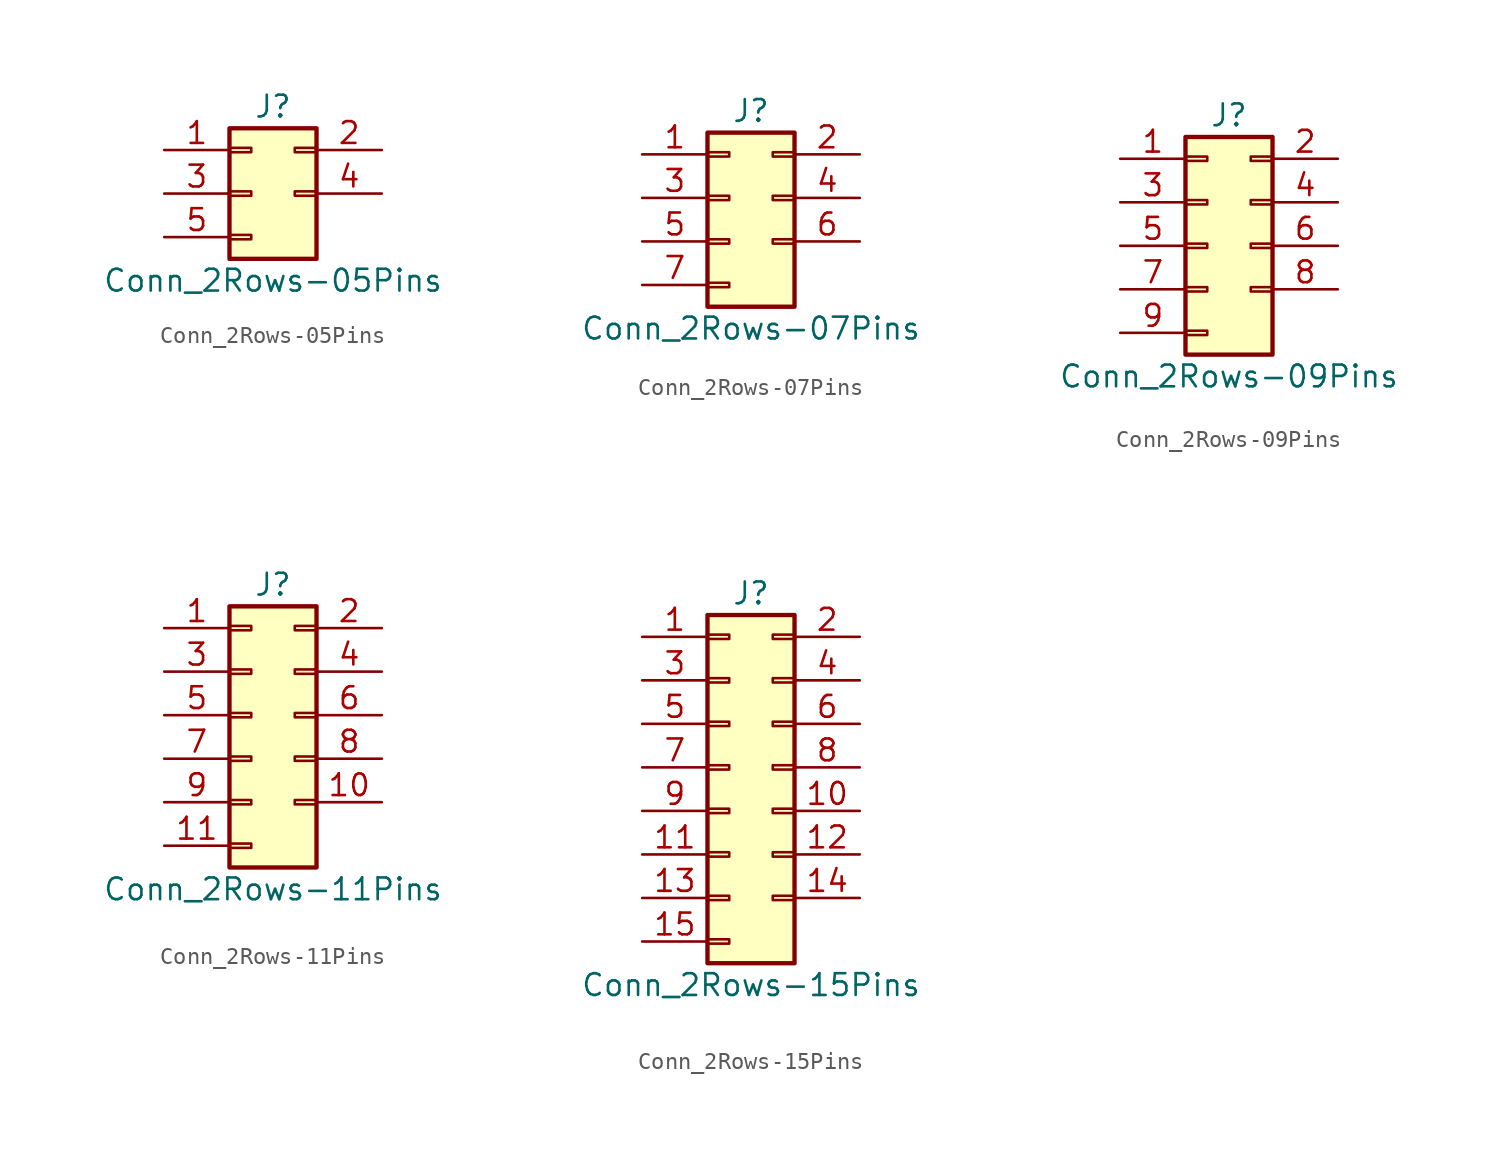
<source format=kicad_sym>
(kicad_symbol_lib
  (version 20220914)
  (generator kicad_symbol_editor)
  (symbol "Conn_2Rows-05Pins"
    (pin_names
      (offset 1.016) hide)
    (property "Reference" "J"
      (at 1.27 5.08 0)
      (effects (font (size 1.27 1.27))))
    (property "Value" "Conn_2Rows-05Pins"
      (at 1.27 -5.08 0)
      (effects (font (size 1.27 1.27))))
    (symbol "Conn_2Rows-05Pins_1_1"
      (rectangle (start -1.27 -2.413) (end 0 -2.667) (stroke (width 0.152) (type default)) (fill (type none)))
      (rectangle (start -1.27 0.127) (end 0 -0.127) (stroke (width 0.152) (type default)) (fill (type none)))
      (rectangle (start -1.27 2.667) (end 0 2.413) (stroke (width 0.152) (type default)) (fill (type none)))
      (rectangle (start -1.27 3.81) (end 3.81 -3.81) (stroke (width 0.254) (type default)) (fill (type background)))
      (rectangle (start 3.81 0.127) (end 2.54 -0.127) (stroke (width 0.152) (type default)) (fill (type none)))
      (rectangle (start 3.81 2.667) (end 2.54 2.413) (stroke (width 0.152) (type default)) (fill (type none)))
      (pin passive line (at -5.08 2.54 0) (length 3.81) (name "Pin_1" (effects (font (size 1.27 1.27)))) (number "1" (effects (font (size 1.27 1.27)))))
      (pin passive line (at 7.62 2.54 180) (length 3.81) (name "Pin_2" (effects (font (size 1.27 1.27)))) (number "2" (effects (font (size 1.27 1.27)))))
      (pin passive line (at -5.08 0 0) (length 3.81) (name "Pin_3" (effects (font (size 1.27 1.27)))) (number "3" (effects (font (size 1.27 1.27)))))
      (pin passive line (at 7.62 0 180) (length 3.81) (name "Pin_4" (effects (font (size 1.27 1.27)))) (number "4" (effects (font (size 1.27 1.27)))))
      (pin passive line (at -5.08 -2.54 0) (length 3.81) (name "Pin_5" (effects (font (size 1.27 1.27)))) (number "5" (effects (font (size 1.27 1.27)))))))
  (symbol "Conn_2Rows-07Pins"
    (pin_names
      (offset 1.016) hide)
    (property "Reference" "J"
      (at 1.27 5.08 0)
      (effects (font (size 1.27 1.27))))
    (property "Value" "Conn_2Rows-07Pins"
      (at 1.27 -7.62 0)
      (effects (font (size 1.27 1.27))))
    (symbol "Conn_2Rows-07Pins_1_1"
      (rectangle (start -1.27 -4.953) (end 0 -5.207) (stroke (width 0.152) (type default)) (fill (type none)))
      (rectangle (start -1.27 -2.413) (end 0 -2.667) (stroke (width 0.152) (type default)) (fill (type none)))
      (rectangle (start -1.27 0.127) (end 0 -0.127) (stroke (width 0.152) (type default)) (fill (type none)))
      (rectangle (start -1.27 2.667) (end 0 2.413) (stroke (width 0.152) (type default)) (fill (type none)))
      (rectangle (start -1.27 3.81) (end 3.81 -6.35) (stroke (width 0.254) (type default)) (fill (type background)))
      (rectangle (start 3.81 -2.413) (end 2.54 -2.667) (stroke (width 0.152) (type default)) (fill (type none)))
      (rectangle (start 3.81 0.127) (end 2.54 -0.127) (stroke (width 0.152) (type default)) (fill (type none)))
      (rectangle (start 3.81 2.667) (end 2.54 2.413) (stroke (width 0.152) (type default)) (fill (type none)))
      (pin passive line (at -5.08 2.54 0) (length 3.81) (name "Pin_1" (effects (font (size 1.27 1.27)))) (number "1" (effects (font (size 1.27 1.27)))))
      (pin passive line (at 7.62 2.54 180) (length 3.81) (name "Pin_2" (effects (font (size 1.27 1.27)))) (number "2" (effects (font (size 1.27 1.27)))))
      (pin passive line (at -5.08 0 0) (length 3.81) (name "Pin_3" (effects (font (size 1.27 1.27)))) (number "3" (effects (font (size 1.27 1.27)))))
      (pin passive line (at 7.62 0 180) (length 3.81) (name "Pin_4" (effects (font (size 1.27 1.27)))) (number "4" (effects (font (size 1.27 1.27)))))
      (pin passive line (at -5.08 -2.54 0) (length 3.81) (name "Pin_5" (effects (font (size 1.27 1.27)))) (number "5" (effects (font (size 1.27 1.27)))))
      (pin passive line (at 7.62 -2.54 180) (length 3.81) (name "Pin_6" (effects (font (size 1.27 1.27)))) (number "6" (effects (font (size 1.27 1.27)))))
      (pin passive line (at -5.08 -5.08 0) (length 3.81) (name "Pin_7" (effects (font (size 1.27 1.27)))) (number "7" (effects (font (size 1.27 1.27)))))))
  (symbol "Conn_2Rows-09Pins"
    (pin_names
      (offset 1.016) hide)
    (property "Reference" "J"
      (at 1.27 7.62 0)
      (effects (font (size 1.27 1.27))))
    (property "Value" "Conn_2Rows-09Pins"
      (at 1.27 -7.62 0)
      (effects (font (size 1.27 1.27))))
    (symbol "Conn_2Rows-09Pins_1_1"
      (rectangle (start -1.27 -4.953) (end 0 -5.207) (stroke (width 0.152) (type default)) (fill (type none)))
      (rectangle (start -1.27 -2.413) (end 0 -2.667) (stroke (width 0.152) (type default)) (fill (type none)))
      (rectangle (start -1.27 0.127) (end 0 -0.127) (stroke (width 0.152) (type default)) (fill (type none)))
      (rectangle (start -1.27 2.667) (end 0 2.413) (stroke (width 0.152) (type default)) (fill (type none)))
      (rectangle (start -1.27 5.207) (end 0 4.953) (stroke (width 0.152) (type default)) (fill (type none)))
      (rectangle (start -1.27 6.35) (end 3.81 -6.35) (stroke (width 0.254) (type default)) (fill (type background)))
      (rectangle (start 3.81 -2.413) (end 2.54 -2.667) (stroke (width 0.152) (type default)) (fill (type none)))
      (rectangle (start 3.81 0.127) (end 2.54 -0.127) (stroke (width 0.152) (type default)) (fill (type none)))
      (rectangle (start 3.81 2.667) (end 2.54 2.413) (stroke (width 0.152) (type default)) (fill (type none)))
      (rectangle (start 3.81 5.207) (end 2.54 4.953) (stroke (width 0.152) (type default)) (fill (type none)))
      (pin passive line (at -5.08 5.08 0) (length 3.81) (name "Pin_1" (effects (font (size 1.27 1.27)))) (number "1" (effects (font (size 1.27 1.27)))))
      (pin passive line (at 7.62 5.08 180) (length 3.81) (name "Pin_2" (effects (font (size 1.27 1.27)))) (number "2" (effects (font (size 1.27 1.27)))))
      (pin passive line (at -5.08 2.54 0) (length 3.81) (name "Pin_3" (effects (font (size 1.27 1.27)))) (number "3" (effects (font (size 1.27 1.27)))))
      (pin passive line (at 7.62 2.54 180) (length 3.81) (name "Pin_4" (effects (font (size 1.27 1.27)))) (number "4" (effects (font (size 1.27 1.27)))))
      (pin passive line (at -5.08 0 0) (length 3.81) (name "Pin_5" (effects (font (size 1.27 1.27)))) (number "5" (effects (font (size 1.27 1.27)))))
      (pin passive line (at 7.62 0 180) (length 3.81) (name "Pin_6" (effects (font (size 1.27 1.27)))) (number "6" (effects (font (size 1.27 1.27)))))
      (pin passive line (at -5.08 -2.54 0) (length 3.81) (name "Pin_7" (effects (font (size 1.27 1.27)))) (number "7" (effects (font (size 1.27 1.27)))))
      (pin passive line (at 7.62 -2.54 180) (length 3.81) (name "Pin_8" (effects (font (size 1.27 1.27)))) (number "8" (effects (font (size 1.27 1.27)))))
      (pin passive line (at -5.08 -5.08 0) (length 3.81) (name "Pin_9" (effects (font (size 1.27 1.27)))) (number "9" (effects (font (size 1.27 1.27)))))))
  (symbol "Conn_2Rows-11Pins"
    (pin_names
      (offset 1.016) hide)
    (property "Reference" "J"
      (at 1.27 7.62 0)
      (effects (font (size 1.27 1.27))))
    (property "Value" "Conn_2Rows-11Pins"
      (at 1.27 -10.16 0)
      (effects (font (size 1.27 1.27))))
    (symbol "Conn_2Rows-11Pins_1_1"
      (rectangle (start -1.27 -7.493) (end 0 -7.747) (stroke (width 0.152) (type default)) (fill (type none)))
      (rectangle (start -1.27 -4.953) (end 0 -5.207) (stroke (width 0.152) (type default)) (fill (type none)))
      (rectangle (start -1.27 -2.413) (end 0 -2.667) (stroke (width 0.152) (type default)) (fill (type none)))
      (rectangle (start -1.27 0.127) (end 0 -0.127) (stroke (width 0.152) (type default)) (fill (type none)))
      (rectangle (start -1.27 2.667) (end 0 2.413) (stroke (width 0.152) (type default)) (fill (type none)))
      (rectangle (start -1.27 5.207) (end 0 4.953) (stroke (width 0.152) (type default)) (fill (type none)))
      (rectangle (start -1.27 6.35) (end 3.81 -8.89) (stroke (width 0.254) (type default)) (fill (type background)))
      (rectangle (start 3.81 -4.953) (end 2.54 -5.207) (stroke (width 0.152) (type default)) (fill (type none)))
      (rectangle (start 3.81 -2.413) (end 2.54 -2.667) (stroke (width 0.152) (type default)) (fill (type none)))
      (rectangle (start 3.81 0.127) (end 2.54 -0.127) (stroke (width 0.152) (type default)) (fill (type none)))
      (rectangle (start 3.81 2.667) (end 2.54 2.413) (stroke (width 0.152) (type default)) (fill (type none)))
      (rectangle (start 3.81 5.207) (end 2.54 4.953) (stroke (width 0.152) (type default)) (fill (type none)))
      (pin passive line (at -5.08 5.08 0) (length 3.81) (name "Pin_1" (effects (font (size 1.27 1.27)))) (number "1" (effects (font (size 1.27 1.27)))))
      (pin passive line (at 7.62 -5.08 180) (length 3.81) (name "Pin_10" (effects (font (size 1.27 1.27)))) (number "10" (effects (font (size 1.27 1.27)))))
      (pin passive line (at -5.08 -7.62 0) (length 3.81) (name "Pin_11" (effects (font (size 1.27 1.27)))) (number "11" (effects (font (size 1.27 1.27)))))
      (pin passive line (at 7.62 5.08 180) (length 3.81) (name "Pin_2" (effects (font (size 1.27 1.27)))) (number "2" (effects (font (size 1.27 1.27)))))
      (pin passive line (at -5.08 2.54 0) (length 3.81) (name "Pin_3" (effects (font (size 1.27 1.27)))) (number "3" (effects (font (size 1.27 1.27)))))
      (pin passive line (at 7.62 2.54 180) (length 3.81) (name "Pin_4" (effects (font (size 1.27 1.27)))) (number "4" (effects (font (size 1.27 1.27)))))
      (pin passive line (at -5.08 0 0) (length 3.81) (name "Pin_5" (effects (font (size 1.27 1.27)))) (number "5" (effects (font (size 1.27 1.27)))))
      (pin passive line (at 7.62 0 180) (length 3.81) (name "Pin_6" (effects (font (size 1.27 1.27)))) (number "6" (effects (font (size 1.27 1.27)))))
      (pin passive line (at -5.08 -2.54 0) (length 3.81) (name "Pin_7" (effects (font (size 1.27 1.27)))) (number "7" (effects (font (size 1.27 1.27)))))
      (pin passive line (at 7.62 -2.54 180) (length 3.81) (name "Pin_8" (effects (font (size 1.27 1.27)))) (number "8" (effects (font (size 1.27 1.27)))))
      (pin passive line (at -5.08 -5.08 0) (length 3.81) (name "Pin_9" (effects (font (size 1.27 1.27)))) (number "9" (effects (font (size 1.27 1.27)))))))
  (symbol "Conn_2Rows-15Pins"
    (pin_names
      (offset 1.016) hide)
    (property "Reference" "J"
      (at 1.27 10.16 0)
      (effects (font (size 1.27 1.27))))
    (property "Value" "Conn_2Rows-15Pins"
      (at 1.27 -12.7 0)
      (effects (font (size 1.27 1.27))))
    (symbol "Conn_2Rows-15Pins_1_1"
      (rectangle (start -1.27 -10.033) (end 0 -10.287) (stroke (width 0.152) (type default)) (fill (type none)))
      (rectangle (start -1.27 -7.493) (end 0 -7.747) (stroke (width 0.152) (type default)) (fill (type none)))
      (rectangle (start -1.27 -4.953) (end 0 -5.207) (stroke (width 0.152) (type default)) (fill (type none)))
      (rectangle (start -1.27 -2.413) (end 0 -2.667) (stroke (width 0.152) (type default)) (fill (type none)))
      (rectangle (start -1.27 0.127) (end 0 -0.127) (stroke (width 0.152) (type default)) (fill (type none)))
      (rectangle (start -1.27 2.667) (end 0 2.413) (stroke (width 0.152) (type default)) (fill (type none)))
      (rectangle (start -1.27 5.207) (end 0 4.953) (stroke (width 0.152) (type default)) (fill (type none)))
      (rectangle (start -1.27 7.747) (end 0 7.493) (stroke (width 0.152) (type default)) (fill (type none)))
      (rectangle (start -1.27 8.89) (end 3.81 -11.43) (stroke (width 0.254) (type default)) (fill (type background)))
      (rectangle (start 3.81 -7.493) (end 2.54 -7.747) (stroke (width 0.152) (type default)) (fill (type none)))
      (rectangle (start 3.81 -4.953) (end 2.54 -5.207) (stroke (width 0.152) (type default)) (fill (type none)))
      (rectangle (start 3.81 -2.413) (end 2.54 -2.667) (stroke (width 0.152) (type default)) (fill (type none)))
      (rectangle (start 3.81 0.127) (end 2.54 -0.127) (stroke (width 0.152) (type default)) (fill (type none)))
      (rectangle (start 3.81 2.667) (end 2.54 2.413) (stroke (width 0.152) (type default)) (fill (type none)))
      (rectangle (start 3.81 5.207) (end 2.54 4.953) (stroke (width 0.152) (type default)) (fill (type none)))
      (rectangle (start 3.81 7.747) (end 2.54 7.493) (stroke (width 0.152) (type default)) (fill (type none)))
      (pin passive line (at -5.08 7.62 0) (length 3.81) (name "Pin_1" (effects (font (size 1.27 1.27)))) (number "1" (effects (font (size 1.27 1.27)))))
      (pin passive line (at 7.62 -2.54 180) (length 3.81) (name "Pin_10" (effects (font (size 1.27 1.27)))) (number "10" (effects (font (size 1.27 1.27)))))
      (pin passive line (at -5.08 -5.08 0) (length 3.81) (name "Pin_11" (effects (font (size 1.27 1.27)))) (number "11" (effects (font (size 1.27 1.27)))))
      (pin passive line (at 7.62 -5.08 180) (length 3.81) (name "Pin_12" (effects (font (size 1.27 1.27)))) (number "12" (effects (font (size 1.27 1.27)))))
      (pin passive line (at -5.08 -7.62 0) (length 3.81) (name "Pin_13" (effects (font (size 1.27 1.27)))) (number "13" (effects (font (size 1.27 1.27)))))
      (pin passive line (at 7.62 -7.62 180) (length 3.81) (name "Pin_14" (effects (font (size 1.27 1.27)))) (number "14" (effects (font (size 1.27 1.27)))))
      (pin passive line (at -5.08 -10.16 0) (length 3.81) (name "Pin_15" (effects (font (size 1.27 1.27)))) (number "15" (effects (font (size 1.27 1.27)))))
      (pin passive line (at 7.62 7.62 180) (length 3.81) (name "Pin_2" (effects (font (size 1.27 1.27)))) (number "2" (effects (font (size 1.27 1.27)))))
      (pin passive line (at -5.08 5.08 0) (length 3.81) (name "Pin_3" (effects (font (size 1.27 1.27)))) (number "3" (effects (font (size 1.27 1.27)))))
      (pin passive line (at 7.62 5.08 180) (length 3.81) (name "Pin_4" (effects (font (size 1.27 1.27)))) (number "4" (effects (font (size 1.27 1.27)))))
      (pin passive line (at -5.08 2.54 0) (length 3.81) (name "Pin_5" (effects (font (size 1.27 1.27)))) (number "5" (effects (font (size 1.27 1.27)))))
      (pin passive line (at 7.62 2.54 180) (length 3.81) (name "Pin_6" (effects (font (size 1.27 1.27)))) (number "6" (effects (font (size 1.27 1.27)))))
      (pin passive line (at -5.08 0 0) (length 3.81) (name "Pin_7" (effects (font (size 1.27 1.27)))) (number "7" (effects (font (size 1.27 1.27)))))
      (pin passive line (at 7.62 0 180) (length 3.81) (name "Pin_8" (effects (font (size 1.27 1.27)))) (number "8" (effects (font (size 1.27 1.27)))))
      (pin passive line (at -5.08 -2.54 0) (length 3.81) (name "Pin_9" (effects (font (size 1.27 1.27)))) (number "9" (effects (font (size 1.27 1.27))))))))
</source>
